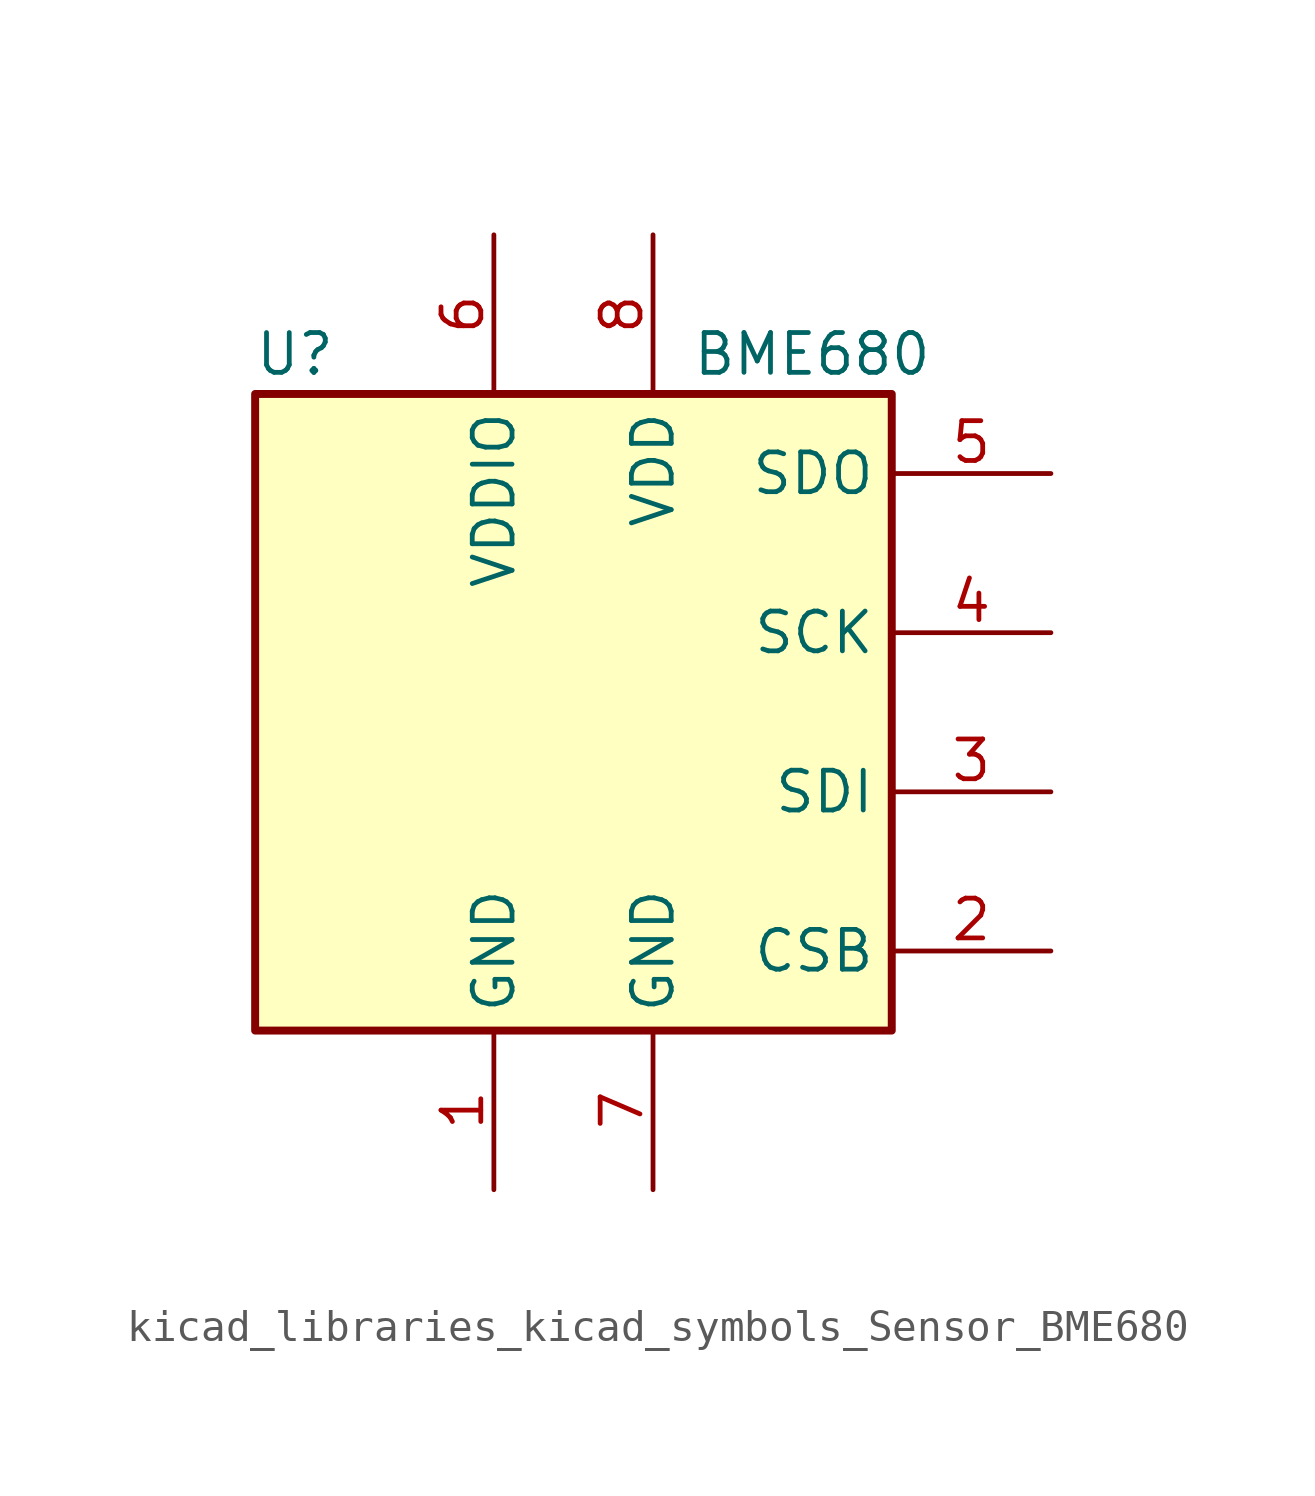
<source format=kicad_sym>
(kicad_symbol_lib
  (version 20220914)
  (generator kicad_symbol_editor)
  (symbol "kicad_libraries_kicad_symbols_Sensor_BME680"
    (property "Reference" "U"
      (at -8.89 11.43 0)
      (effects (font (size 1.27 1.27))))
    (property "Value" "BME680"
      (at 7.62 11.43 0)
      (effects (font (size 1.27 1.27))))
    (symbol "kicad_libraries_kicad_symbols_Sensor_BME680_0_1"
      (rectangle (start -10.16 10.16) (end 10.16 -10.16) (stroke (width 0.254) (type default)) (fill (type background))))
    (symbol "kicad_libraries_kicad_symbols_Sensor_BME680_1_1"
      (pin power_in line (at -2.54 -15.24 90) (length 5.08) (name "GND" (effects (font (size 1.27 1.27)))) (number "1" (effects (font (size 1.27 1.27)))))
      (pin input line (at 15.24 -7.62 180) (length 5.08) (name "CSB" (effects (font (size 1.27 1.27)))) (number "2" (effects (font (size 1.27 1.27)))))
      (pin bidirectional line (at 15.24 -2.54 180) (length 5.08) (name "SDI" (effects (font (size 1.27 1.27)))) (number "3" (effects (font (size 1.27 1.27)))))
      (pin input line (at 15.24 2.54 180) (length 5.08) (name "SCK" (effects (font (size 1.27 1.27)))) (number "4" (effects (font (size 1.27 1.27)))))
      (pin bidirectional line (at 15.24 7.62 180) (length 5.08) (name "SDO" (effects (font (size 1.27 1.27)))) (number "5" (effects (font (size 1.27 1.27)))))
      (pin power_in line (at -2.54 15.24 270) (length 5.08) (name "VDDIO" (effects (font (size 1.27 1.27)))) (number "6" (effects (font (size 1.27 1.27)))))
      (pin power_in line (at 2.54 -15.24 90) (length 5.08) (name "GND" (effects (font (size 1.27 1.27)))) (number "7" (effects (font (size 1.27 1.27)))))
      (pin power_in line (at 2.54 15.24 270) (length 5.08) (name "VDD" (effects (font (size 1.27 1.27)))) (number "8" (effects (font (size 1.27 1.27))))))))
</source>
